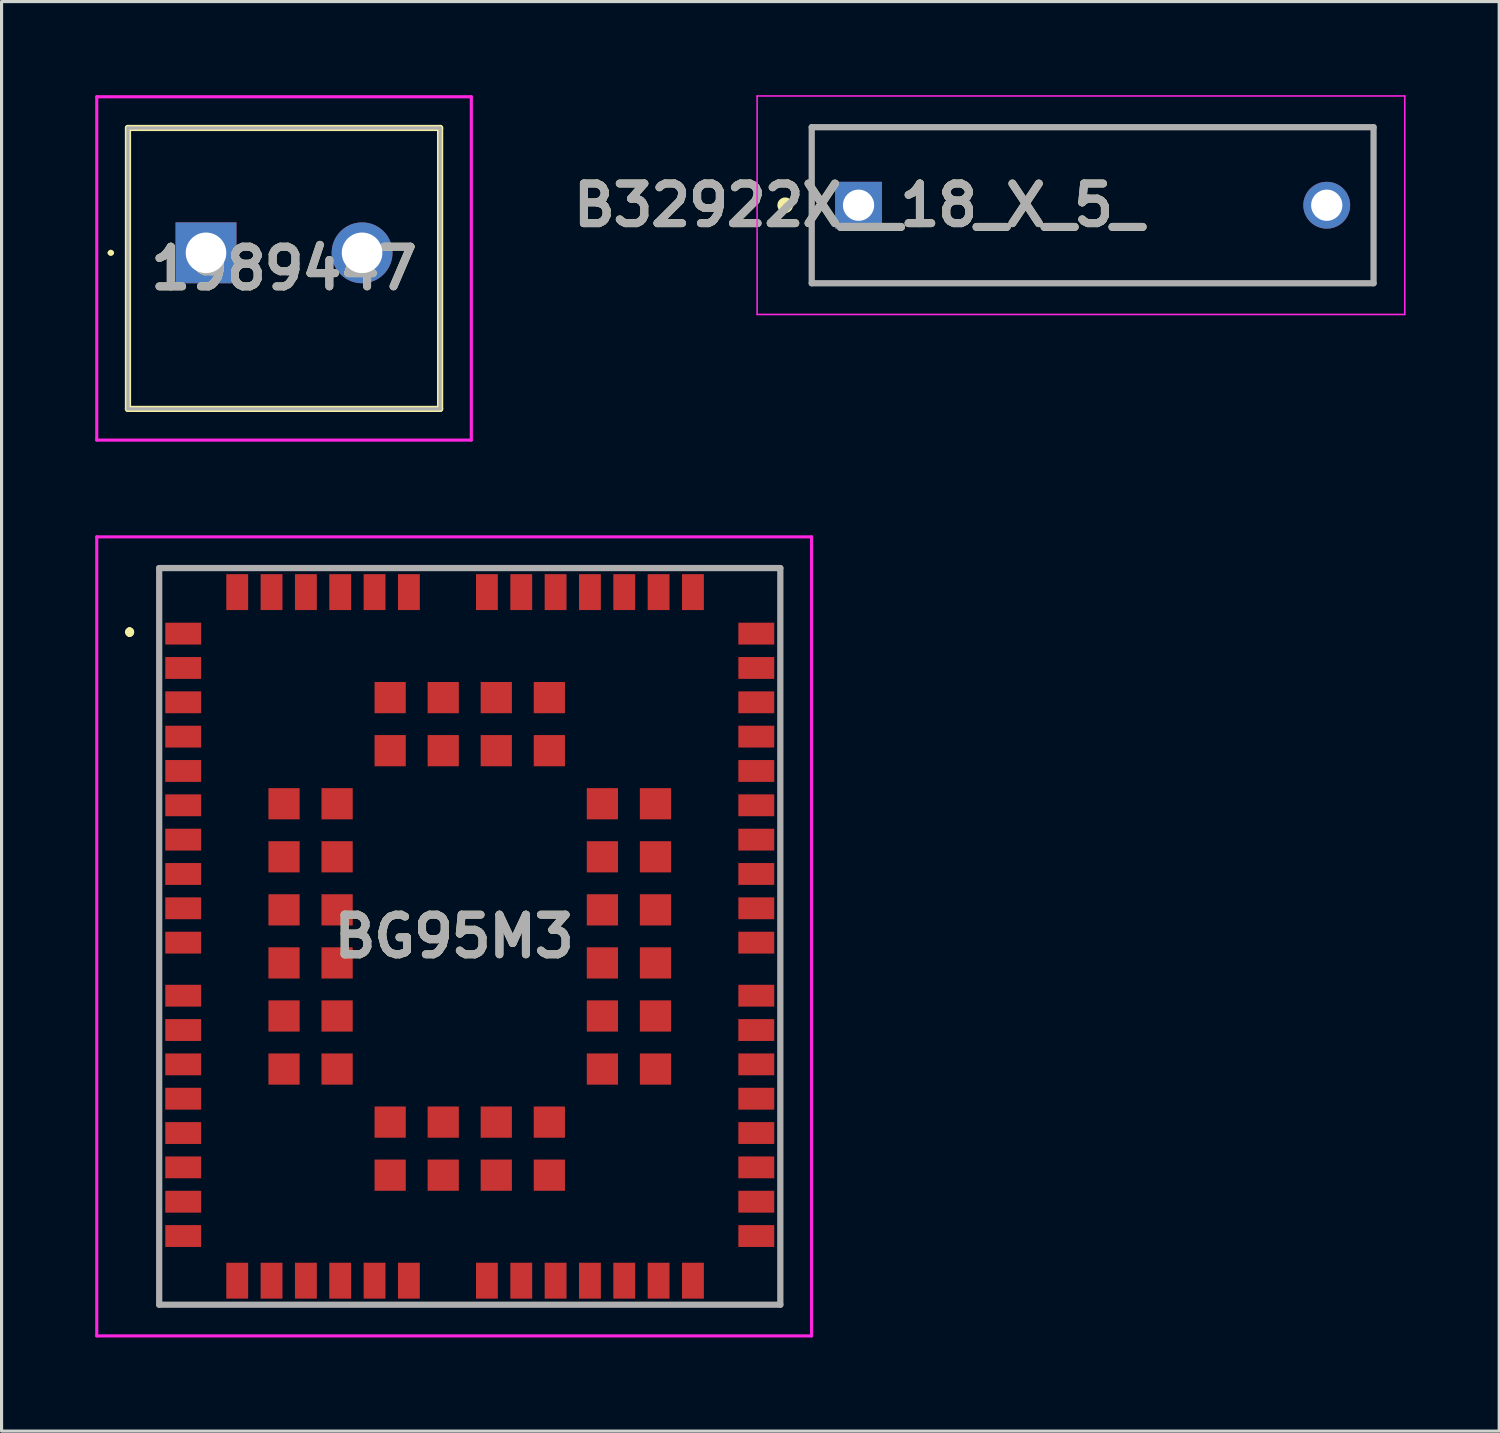
<source format=kicad_pcb>
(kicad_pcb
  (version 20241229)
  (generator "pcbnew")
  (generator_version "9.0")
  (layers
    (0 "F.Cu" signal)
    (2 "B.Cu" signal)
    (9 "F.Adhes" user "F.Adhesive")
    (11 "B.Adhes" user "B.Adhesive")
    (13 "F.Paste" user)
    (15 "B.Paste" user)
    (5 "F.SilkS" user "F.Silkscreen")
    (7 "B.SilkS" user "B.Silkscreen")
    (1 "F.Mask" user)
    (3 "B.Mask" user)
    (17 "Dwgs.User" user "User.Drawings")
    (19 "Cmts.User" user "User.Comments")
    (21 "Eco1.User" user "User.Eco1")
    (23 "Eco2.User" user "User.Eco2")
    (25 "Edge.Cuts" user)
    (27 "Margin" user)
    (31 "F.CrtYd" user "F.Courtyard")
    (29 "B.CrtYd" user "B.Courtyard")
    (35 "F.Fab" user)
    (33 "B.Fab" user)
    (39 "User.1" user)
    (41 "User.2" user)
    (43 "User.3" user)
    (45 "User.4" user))
  (footprint "B32922X__18_X_5_"
    (layer "F.Cu")
    (at 24.456 3.525)
    (property "Reference" "B32922X__18_X_5_" (at 0 0 0) (layer "F.SilkS") (effects (font (size 1.27 1.27) (thickness 0.254))))
    (attr through_hole)
    (fp_line (start -1.5 -2.5) (end 16.5 -2.5) (stroke (width 0.1) (type solid)) (layer "F.SilkS"))
    (fp_line (start -1.5 2.5) (end -1.5 -2.5) (stroke (width 0.1) (type solid)) (layer "F.SilkS"))
    (fp_line (start 16.5 -2.5) (end 16.5 2.5) (stroke (width 0.1) (type solid)) (layer "F.SilkS"))
    (fp_line (start 16.5 2.5) (end -1.5 2.5) (stroke (width 0.1) (type solid)) (layer "F.SilkS"))
    (fp_circle (center -2.35 0) (end -2.35 0.05) (stroke (width 0.2) (type solid)) (fill no) (layer "F.SilkS"))
    (fp_line (start -3.25 -3.5) (end 17.5 -3.5) (stroke (width 0.05) (type solid)) (layer "F.CrtYd"))
    (fp_line (start -3.25 3.5) (end -3.25 -3.5) (stroke (width 0.05) (type solid)) (layer "F.CrtYd"))
    (fp_line (start 17.5 -3.5) (end 17.5 3.5) (stroke (width 0.05) (type solid)) (layer "F.CrtYd"))
    (fp_line (start 17.5 3.5) (end -3.25 3.5) (stroke (width 0.05) (type solid)) (layer "F.CrtYd"))
    (fp_line (start -1.5 -2.5) (end 16.5 -2.5) (stroke (width 0.2) (type solid)) (layer "F.Fab"))
    (fp_line (start -1.5 2.5) (end -1.5 -2.5) (stroke (width 0.2) (type solid)) (layer "F.Fab"))
    (fp_line (start 16.5 -2.5) (end 16.5 2.5) (stroke (width 0.2) (type solid)) (layer "F.Fab"))
    (fp_line (start 16.5 2.5) (end -1.5 2.5) (stroke (width 0.2) (type solid)) (layer "F.Fab"))
    (fp_text user "${REFERENCE}" (at 0 0 0) (layer "F.Fab") (effects (font (size 1.27 1.27) (thickness 0.254))))
    (pad "1" thru_hole rect (at 0 0) (size 1.5 1.5) (drill 1) (layers "*.Cu" "*.Mask"))
    (pad "2" thru_hole circle (at 15 0) (size 1.5 1.5) (drill 1) (layers "*.Cu" "*.Mask")))
  (footprint "BG95M3"
    (layer "F.Cu")
    (at 12 26.95)
    (property "Reference" "BG95M3" (at -0.5 0 0) (layer "F.SilkS") (effects (font (size 1.27 1.27) (thickness 0.254))))
    (attr smd)
    (fp_line (start -10.9 -9.8) (end -10.9 -9.8) (stroke (width 0.2) (type solid)) (layer "F.SilkS"))
    (fp_line (start -10.9 -9.7) (end -10.9 -9.7) (stroke (width 0.2) (type solid)) (layer "F.SilkS"))
    (fp_line (start -10.9 -9.7) (end -10.9 -9.7) (stroke (width 0.2) (type solid)) (layer "F.SilkS"))
    (fp_line (start -9.95 -11.8) (end -9.95 11.8) (stroke (width 0.1) (type solid)) (layer "F.SilkS"))
    (fp_line (start -9.95 11.8) (end 9.95 11.8) (stroke (width 0.1) (type solid)) (layer "F.SilkS"))
    (fp_line (start 9.95 -11.8) (end -9.95 -11.8) (stroke (width 0.1) (type solid)) (layer "F.SilkS"))
    (fp_line (start 9.95 11.8) (end 9.95 -11.8) (stroke (width 0.1) (type solid)) (layer "F.SilkS"))
    (fp_arc (start -10.9 -9.8) (mid -10.85 -9.75) (end -10.9 -9.7) (stroke (width 0.2) (type solid)) (layer "F.SilkS"))
    (fp_arc (start -10.9 -9.8) (mid -10.85 -9.75) (end -10.9 -9.7) (stroke (width 0.2) (type solid)) (layer "F.SilkS"))
    (fp_arc (start -10.9 -9.7) (mid -10.95 -9.75) (end -10.9 -9.8) (stroke (width 0.2) (type solid)) (layer "F.SilkS"))
    (fp_line (start -11.95 -12.8) (end 10.95 -12.8) (stroke (width 0.1) (type solid)) (layer "F.CrtYd"))
    (fp_line (start -11.95 12.8) (end -11.95 -12.8) (stroke (width 0.1) (type solid)) (layer "F.CrtYd"))
    (fp_line (start 10.95 -12.8) (end 10.95 12.8) (stroke (width 0.1) (type solid)) (layer "F.CrtYd"))
    (fp_line (start 10.95 12.8) (end -11.95 12.8) (stroke (width 0.1) (type solid)) (layer "F.CrtYd"))
    (fp_line (start -9.95 -11.8) (end 9.95 -11.8) (stroke (width 0.2) (type solid)) (layer "F.Fab"))
    (fp_line (start -9.95 11.8) (end -9.95 -11.8) (stroke (width 0.2) (type solid)) (layer "F.Fab"))
    (fp_line (start 9.95 -11.8) (end 9.95 11.8) (stroke (width 0.2) (type solid)) (layer "F.Fab"))
    (fp_line (start 9.95 11.8) (end -9.95 11.8) (stroke (width 0.2) (type solid)) (layer "F.Fab"))
    (fp_text user "${REFERENCE}" (at -0.5 0 0) (layer "F.Fab") (effects (font (size 1.27 1.27) (thickness 0.254))))
    (pad "1" smd rect (at -9.18 -9.7 90) (size 0.7 1.15) (layers "F.Cu" "F.Mask" "F.Paste"))
    (pad "2" smd rect (at -9.18 -8.6 90) (size 0.7 1.15) (layers "F.Cu" "F.Mask" "F.Paste"))
    (pad "3" smd rect (at -9.18 -7.5 90) (size 0.7 1.15) (layers "F.Cu" "F.Mask" "F.Paste"))
    (pad "4" smd rect (at -9.18 -6.4 90) (size 0.7 1.15) (layers "F.Cu" "F.Mask" "F.Paste"))
    (pad "5" smd rect (at -9.18 -5.3 90) (size 0.7 1.15) (layers "F.Cu" "F.Mask" "F.Paste"))
    (pad "6" smd rect (at -9.18 -4.2 90) (size 0.7 1.15) (layers "F.Cu" "F.Mask" "F.Paste"))
    (pad "7" smd rect (at -9.18 -3.1 90) (size 0.7 1.15) (layers "F.Cu" "F.Mask" "F.Paste"))
    (pad "8" smd rect (at -9.18 -2 90) (size 0.7 1.15) (layers "F.Cu" "F.Mask" "F.Paste"))
    (pad "9" smd rect (at -9.18 -0.9 90) (size 0.7 1.15) (layers "F.Cu" "F.Mask" "F.Paste"))
    (pad "10" smd rect (at -9.18 0.2 90) (size 0.7 1.15) (layers "F.Cu" "F.Mask" "F.Paste"))
    (pad "11" smd rect (at -9.18 1.9 90) (size 0.7 1.15) (layers "F.Cu" "F.Mask" "F.Paste"))
    (pad "12" smd rect (at -9.18 3 90) (size 0.7 1.15) (layers "F.Cu" "F.Mask" "F.Paste"))
    (pad "13" smd rect (at -9.18 4.1 90) (size 0.7 1.15) (layers "F.Cu" "F.Mask" "F.Paste"))
    (pad "14" smd rect (at -9.18 5.2 90) (size 0.7 1.15) (layers "F.Cu" "F.Mask" "F.Paste"))
    (pad "15" smd rect (at -9.18 6.3 90) (size 0.7 1.15) (layers "F.Cu" "F.Mask" "F.Paste"))
    (pad "16" smd rect (at -9.18 7.4 90) (size 0.7 1.15) (layers "F.Cu" "F.Mask" "F.Paste"))
    (pad "17" smd rect (at -9.18 8.5 90) (size 0.7 1.15) (layers "F.Cu" "F.Mask" "F.Paste"))
    (pad "18" smd rect (at -9.18 9.6 90) (size 0.7 1.15) (layers "F.Cu" "F.Mask" "F.Paste"))
    (pad "19" smd rect (at -7.45 11.03) (size 0.7 1.15) (layers "F.Cu" "F.Mask" "F.Paste"))
    (pad "20" smd rect (at -6.35 11.03) (size 0.7 1.15) (layers "F.Cu" "F.Mask" "F.Paste"))
    (pad "21" smd rect (at -5.25 11.03) (size 0.7 1.15) (layers "F.Cu" "F.Mask" "F.Paste"))
    (pad "22" smd rect (at -4.15 11.03) (size 0.7 1.15) (layers "F.Cu" "F.Mask" "F.Paste"))
    (pad "23" smd rect (at -3.05 11.03) (size 0.7 1.15) (layers "F.Cu" "F.Mask" "F.Paste"))
    (pad "24" smd rect (at -1.95 11.03) (size 0.7 1.15) (layers "F.Cu" "F.Mask" "F.Paste"))
    (pad "25" smd rect (at 0.55 11.03) (size 0.7 1.15) (layers "F.Cu" "F.Mask" "F.Paste"))
    (pad "26" smd rect (at 1.65 11.03) (size 0.7 1.15) (layers "F.Cu" "F.Mask" "F.Paste"))
    (pad "27" smd rect (at 2.75 11.03) (size 0.7 1.15) (layers "F.Cu" "F.Mask" "F.Paste"))
    (pad "28" smd rect (at 3.85 11.03) (size 0.7 1.15) (layers "F.Cu" "F.Mask" "F.Paste"))
    (pad "29" smd rect (at 4.95 11.03) (size 0.7 1.15) (layers "F.Cu" "F.Mask" "F.Paste"))
    (pad "30" smd rect (at 6.05 11.03) (size 0.7 1.15) (layers "F.Cu" "F.Mask" "F.Paste"))
    (pad "31" smd rect (at 7.15 11.03) (size 0.7 1.15) (layers "F.Cu" "F.Mask" "F.Paste"))
    (pad "32" smd rect (at 9.18 9.6 90) (size 0.7 1.15) (layers "F.Cu" "F.Mask" "F.Paste"))
    (pad "33" smd rect (at 9.18 8.5 90) (size 0.7 1.15) (layers "F.Cu" "F.Mask" "F.Paste"))
    (pad "34" smd rect (at 9.18 7.4 90) (size 0.7 1.15) (layers "F.Cu" "F.Mask" "F.Paste"))
    (pad "35" smd rect (at 9.18 6.3 90) (size 0.7 1.15) (layers "F.Cu" "F.Mask" "F.Paste"))
    (pad "36" smd rect (at 9.18 5.2 90) (size 0.7 1.15) (layers "F.Cu" "F.Mask" "F.Paste"))
    (pad "37" smd rect (at 9.18 4.1 90) (size 0.7 1.15) (layers "F.Cu" "F.Mask" "F.Paste"))
    (pad "38" smd rect (at 9.18 3 90) (size 0.7 1.15) (layers "F.Cu" "F.Mask" "F.Paste"))
    (pad "39" smd rect (at 9.18 1.9 90) (size 0.7 1.15) (layers "F.Cu" "F.Mask" "F.Paste"))
    (pad "40" smd rect (at 9.18 0.2 90) (size 0.7 1.15) (layers "F.Cu" "F.Mask" "F.Paste"))
    (pad "41" smd rect (at 9.18 -0.9 90) (size 0.7 1.15) (layers "F.Cu" "F.Mask" "F.Paste"))
    (pad "42" smd rect (at 9.18 -2 90) (size 0.7 1.15) (layers "F.Cu" "F.Mask" "F.Paste"))
    (pad "43" smd rect (at 9.18 -3.1 90) (size 0.7 1.15) (layers "F.Cu" "F.Mask" "F.Paste"))
    (pad "44" smd rect (at 9.18 -4.2 90) (size 0.7 1.15) (layers "F.Cu" "F.Mask" "F.Paste"))
    (pad "45" smd rect (at 9.18 -5.3 90) (size 0.7 1.15) (layers "F.Cu" "F.Mask" "F.Paste"))
    (pad "46" smd rect (at 9.18 -6.4 90) (size 0.7 1.15) (layers "F.Cu" "F.Mask" "F.Paste"))
    (pad "47" smd rect (at 9.18 -7.5 90) (size 0.7 1.15) (layers "F.Cu" "F.Mask" "F.Paste"))
    (pad "48" smd rect (at 9.18 -8.6 90) (size 0.7 1.15) (layers "F.Cu" "F.Mask" "F.Paste"))
    (pad "49" smd rect (at 9.18 -9.7 90) (size 0.7 1.15) (layers "F.Cu" "F.Mask" "F.Paste"))
    (pad "50" smd rect (at 7.15 -11.03) (size 0.7 1.15) (layers "F.Cu" "F.Mask" "F.Paste"))
    (pad "51" smd rect (at 6.05 -11.03) (size 0.7 1.15) (layers "F.Cu" "F.Mask" "F.Paste"))
    (pad "52" smd rect (at 4.95 -11.03) (size 0.7 1.15) (layers "F.Cu" "F.Mask" "F.Paste"))
    (pad "53" smd rect (at 3.85 -11.03) (size 0.7 1.15) (layers "F.Cu" "F.Mask" "F.Paste"))
    (pad "54" smd rect (at 2.75 -11.03) (size 0.7 1.15) (layers "F.Cu" "F.Mask" "F.Paste"))
    (pad "55" smd rect (at 1.65 -11.03) (size 0.7 1.15) (layers "F.Cu" "F.Mask" "F.Paste"))
    (pad "56" smd rect (at 0.55 -11.03) (size 0.7 1.15) (layers "F.Cu" "F.Mask" "F.Paste"))
    (pad "57" smd rect (at -1.95 -11.03) (size 0.7 1.15) (layers "F.Cu" "F.Mask" "F.Paste"))
    (pad "58" smd rect (at -3.05 -11.03) (size 0.7 1.15) (layers "F.Cu" "F.Mask" "F.Paste"))
    (pad "59" smd rect (at -4.15 -11.03) (size 0.7 1.15) (layers "F.Cu" "F.Mask" "F.Paste"))
    (pad "60" smd rect (at -5.25 -11.03) (size 0.7 1.15) (layers "F.Cu" "F.Mask" "F.Paste"))
    (pad "61" smd rect (at -6.35 -11.03) (size 0.7 1.15) (layers "F.Cu" "F.Mask" "F.Paste"))
    (pad "62" smd rect (at -7.45 -11.03) (size 0.7 1.15) (layers "F.Cu" "F.Mask" "F.Paste"))
    (pad "63" smd rect (at -5.95 -4.25) (size 1 1) (layers "F.Cu" "F.Mask" "F.Paste"))
    (pad "64" smd rect (at -5.95 -2.55) (size 1 1) (layers "F.Cu" "F.Mask" "F.Paste"))
    (pad "65" smd rect (at -5.95 -0.85) (size 1 1) (layers "F.Cu" "F.Mask" "F.Paste"))
    (pad "66" smd rect (at -5.95 0.85) (size 1 1) (layers "F.Cu" "F.Mask" "F.Paste"))
    (pad "67" smd rect (at -5.95 2.55) (size 1 1) (layers "F.Cu" "F.Mask" "F.Paste"))
    (pad "68" smd rect (at -5.95 4.25) (size 1 1) (layers "F.Cu" "F.Mask" "F.Paste"))
    (pad "69" smd rect (at -2.55 7.65) (size 1 1) (layers "F.Cu" "F.Mask" "F.Paste"))
    (pad "70" smd rect (at -0.85 7.65) (size 1 1) (layers "F.Cu" "F.Mask" "F.Paste"))
    (pad "71" smd rect (at 0.85 7.65) (size 1 1) (layers "F.Cu" "F.Mask" "F.Paste"))
    (pad "72" smd rect (at 2.55 7.65) (size 1 1) (layers "F.Cu" "F.Mask" "F.Paste"))
    (pad "73" smd rect (at 5.95 4.25) (size 1 1) (layers "F.Cu" "F.Mask" "F.Paste"))
    (pad "74" smd rect (at 5.95 2.55) (size 1 1) (layers "F.Cu" "F.Mask" "F.Paste"))
    (pad "75" smd rect (at 5.95 0.85) (size 1 1) (layers "F.Cu" "F.Mask" "F.Paste"))
    (pad "76" smd rect (at 5.95 -0.85) (size 1 1) (layers "F.Cu" "F.Mask" "F.Paste"))
    (pad "77" smd rect (at 5.95 -2.55) (size 1 1) (layers "F.Cu" "F.Mask" "F.Paste"))
    (pad "78" smd rect (at 5.95 -4.25) (size 1 1) (layers "F.Cu" "F.Mask" "F.Paste"))
    (pad "79" smd rect (at 2.55 -7.65) (size 1 1) (layers "F.Cu" "F.Mask" "F.Paste"))
    (pad "80" smd rect (at 0.85 -7.65) (size 1 1) (layers "F.Cu" "F.Mask" "F.Paste"))
    (pad "81" smd rect (at -0.85 -7.65) (size 1 1) (layers "F.Cu" "F.Mask" "F.Paste"))
    (pad "82" smd rect (at -2.55 -7.65) (size 1 1) (layers "F.Cu" "F.Mask" "F.Paste"))
    (pad "83" smd rect (at -4.25 -4.25) (size 1 1) (layers "F.Cu" "F.Mask" "F.Paste"))
    (pad "84" smd rect (at -4.25 -2.55) (size 1 1) (layers "F.Cu" "F.Mask" "F.Paste"))
    (pad "85" smd rect (at -4.25 -0.85) (size 1 1) (layers "F.Cu" "F.Mask" "F.Paste"))
    (pad "86" smd rect (at -4.25 0.85) (size 1 1) (layers "F.Cu" "F.Mask" "F.Paste"))
    (pad "87" smd rect (at -4.25 2.55) (size 1 1) (layers "F.Cu" "F.Mask" "F.Paste"))
    (pad "88" smd rect (at -4.25 4.25) (size 1 1) (layers "F.Cu" "F.Mask" "F.Paste"))
    (pad "89" smd rect (at -2.55 5.95) (size 1 1) (layers "F.Cu" "F.Mask" "F.Paste"))
    (pad "90" smd rect (at -0.85 5.95) (size 1 1) (layers "F.Cu" "F.Mask" "F.Paste"))
    (pad "91" smd rect (at 0.85 5.95) (size 1 1) (layers "F.Cu" "F.Mask" "F.Paste"))
    (pad "92" smd rect (at 2.55 5.95) (size 1 1) (layers "F.Cu" "F.Mask" "F.Paste"))
    (pad "93" smd rect (at 4.25 4.25) (size 1 1) (layers "F.Cu" "F.Mask" "F.Paste"))
    (pad "94" smd rect (at 4.25 2.55) (size 1 1) (layers "F.Cu" "F.Mask" "F.Paste"))
    (pad "95" smd rect (at 4.25 0.85) (size 1 1) (layers "F.Cu" "F.Mask" "F.Paste"))
    (pad "96" smd rect (at 4.25 -0.85) (size 1 1) (layers "F.Cu" "F.Mask" "F.Paste"))
    (pad "97" smd rect (at 4.25 -2.55) (size 1 1) (layers "F.Cu" "F.Mask" "F.Paste"))
    (pad "98" smd rect (at 4.25 -4.25) (size 1 1) (layers "F.Cu" "F.Mask" "F.Paste"))
    (pad "99" smd rect (at 2.55 -5.95) (size 1 1) (layers "F.Cu" "F.Mask" "F.Paste"))
    (pad "100" smd rect (at 0.85 -5.95) (size 1 1) (layers "F.Cu" "F.Mask" "F.Paste"))
    (pad "101" smd rect (at -0.85 -5.95) (size 1 1) (layers "F.Cu" "F.Mask" "F.Paste"))
    (pad "102" smd rect (at -2.55 -5.95) (size 1 1) (layers "F.Cu" "F.Mask" "F.Paste")))
  (footprint "1989447"
    (layer "F.Cu")
    (at 3.55 5.05)
    (property "Reference" "1989447" (at 2.5 0.5 0) (layer "F.SilkS") (effects (font (size 1.27 1.27) (thickness 0.254))))
    (attr through_hole)
    (fp_line (start -3.1 0) (end -3.1 0) (stroke (width 0.1) (type solid)) (layer "F.SilkS"))
    (fp_line (start -3 0) (end -3 0) (stroke (width 0.1) (type solid)) (layer "F.SilkS"))
    (fp_line (start -2.5 -4) (end 7.5 -4) (stroke (width 0.2) (type solid)) (layer "F.SilkS"))
    (fp_line (start -2.5 5) (end -2.5 -4) (stroke (width 0.2) (type solid)) (layer "F.SilkS"))
    (fp_line (start 7.5 -4) (end 7.5 5) (stroke (width 0.2) (type solid)) (layer "F.SilkS"))
    (fp_line (start 7.5 5) (end -2.5 5) (stroke (width 0.2) (type solid)) (layer "F.SilkS"))
    (fp_arc (start -3.1 0) (mid -3.05 -0.05) (end -3 0) (stroke (width 0.1) (type solid)) (layer "F.SilkS"))
    (fp_arc (start -3 0) (mid -3.05 0.05) (end -3.1 0) (stroke (width 0.1) (type solid)) (layer "F.SilkS"))
    (fp_line (start -3.5 -5) (end 8.5 -5) (stroke (width 0.1) (type solid)) (layer "F.CrtYd"))
    (fp_line (start -3.5 6) (end -3.5 -5) (stroke (width 0.1) (type solid)) (layer "F.CrtYd"))
    (fp_line (start 8.5 -5) (end 8.5 6) (stroke (width 0.1) (type solid)) (layer "F.CrtYd"))
    (fp_line (start 8.5 6) (end -3.5 6) (stroke (width 0.1) (type solid)) (layer "F.CrtYd"))
    (fp_line (start -2.5 -4) (end 7.5 -4) (stroke (width 0.1) (type solid)) (layer "F.Fab"))
    (fp_line (start -2.5 5) (end -2.5 -4) (stroke (width 0.1) (type solid)) (layer "F.Fab"))
    (fp_line (start 7.5 -4) (end 7.5 5) (stroke (width 0.1) (type solid)) (layer "F.Fab"))
    (fp_line (start 7.5 5) (end -2.5 5) (stroke (width 0.1) (type solid)) (layer "F.Fab"))
    (fp_text user "${REFERENCE}" (at 2.5 0.5 0) (layer "F.Fab") (effects (font (size 1.27 1.27) (thickness 0.254))))
    (pad "1" thru_hole rect (at 0 0) (size 1.95 1.95) (drill 1.3) (layers "*.Cu" "*.Mask"))
    (pad "2" thru_hole circle (at 5 0) (size 1.95 1.95) (drill 1.3) (layers "*.Cu" "*.Mask")))
  (gr_rect
    (start -3 -3)
    (end 44.981 42.8)
    (stroke (width 0.1) (type default))
    (fill no)
    (layer "Edge.Cuts")))
</source>
